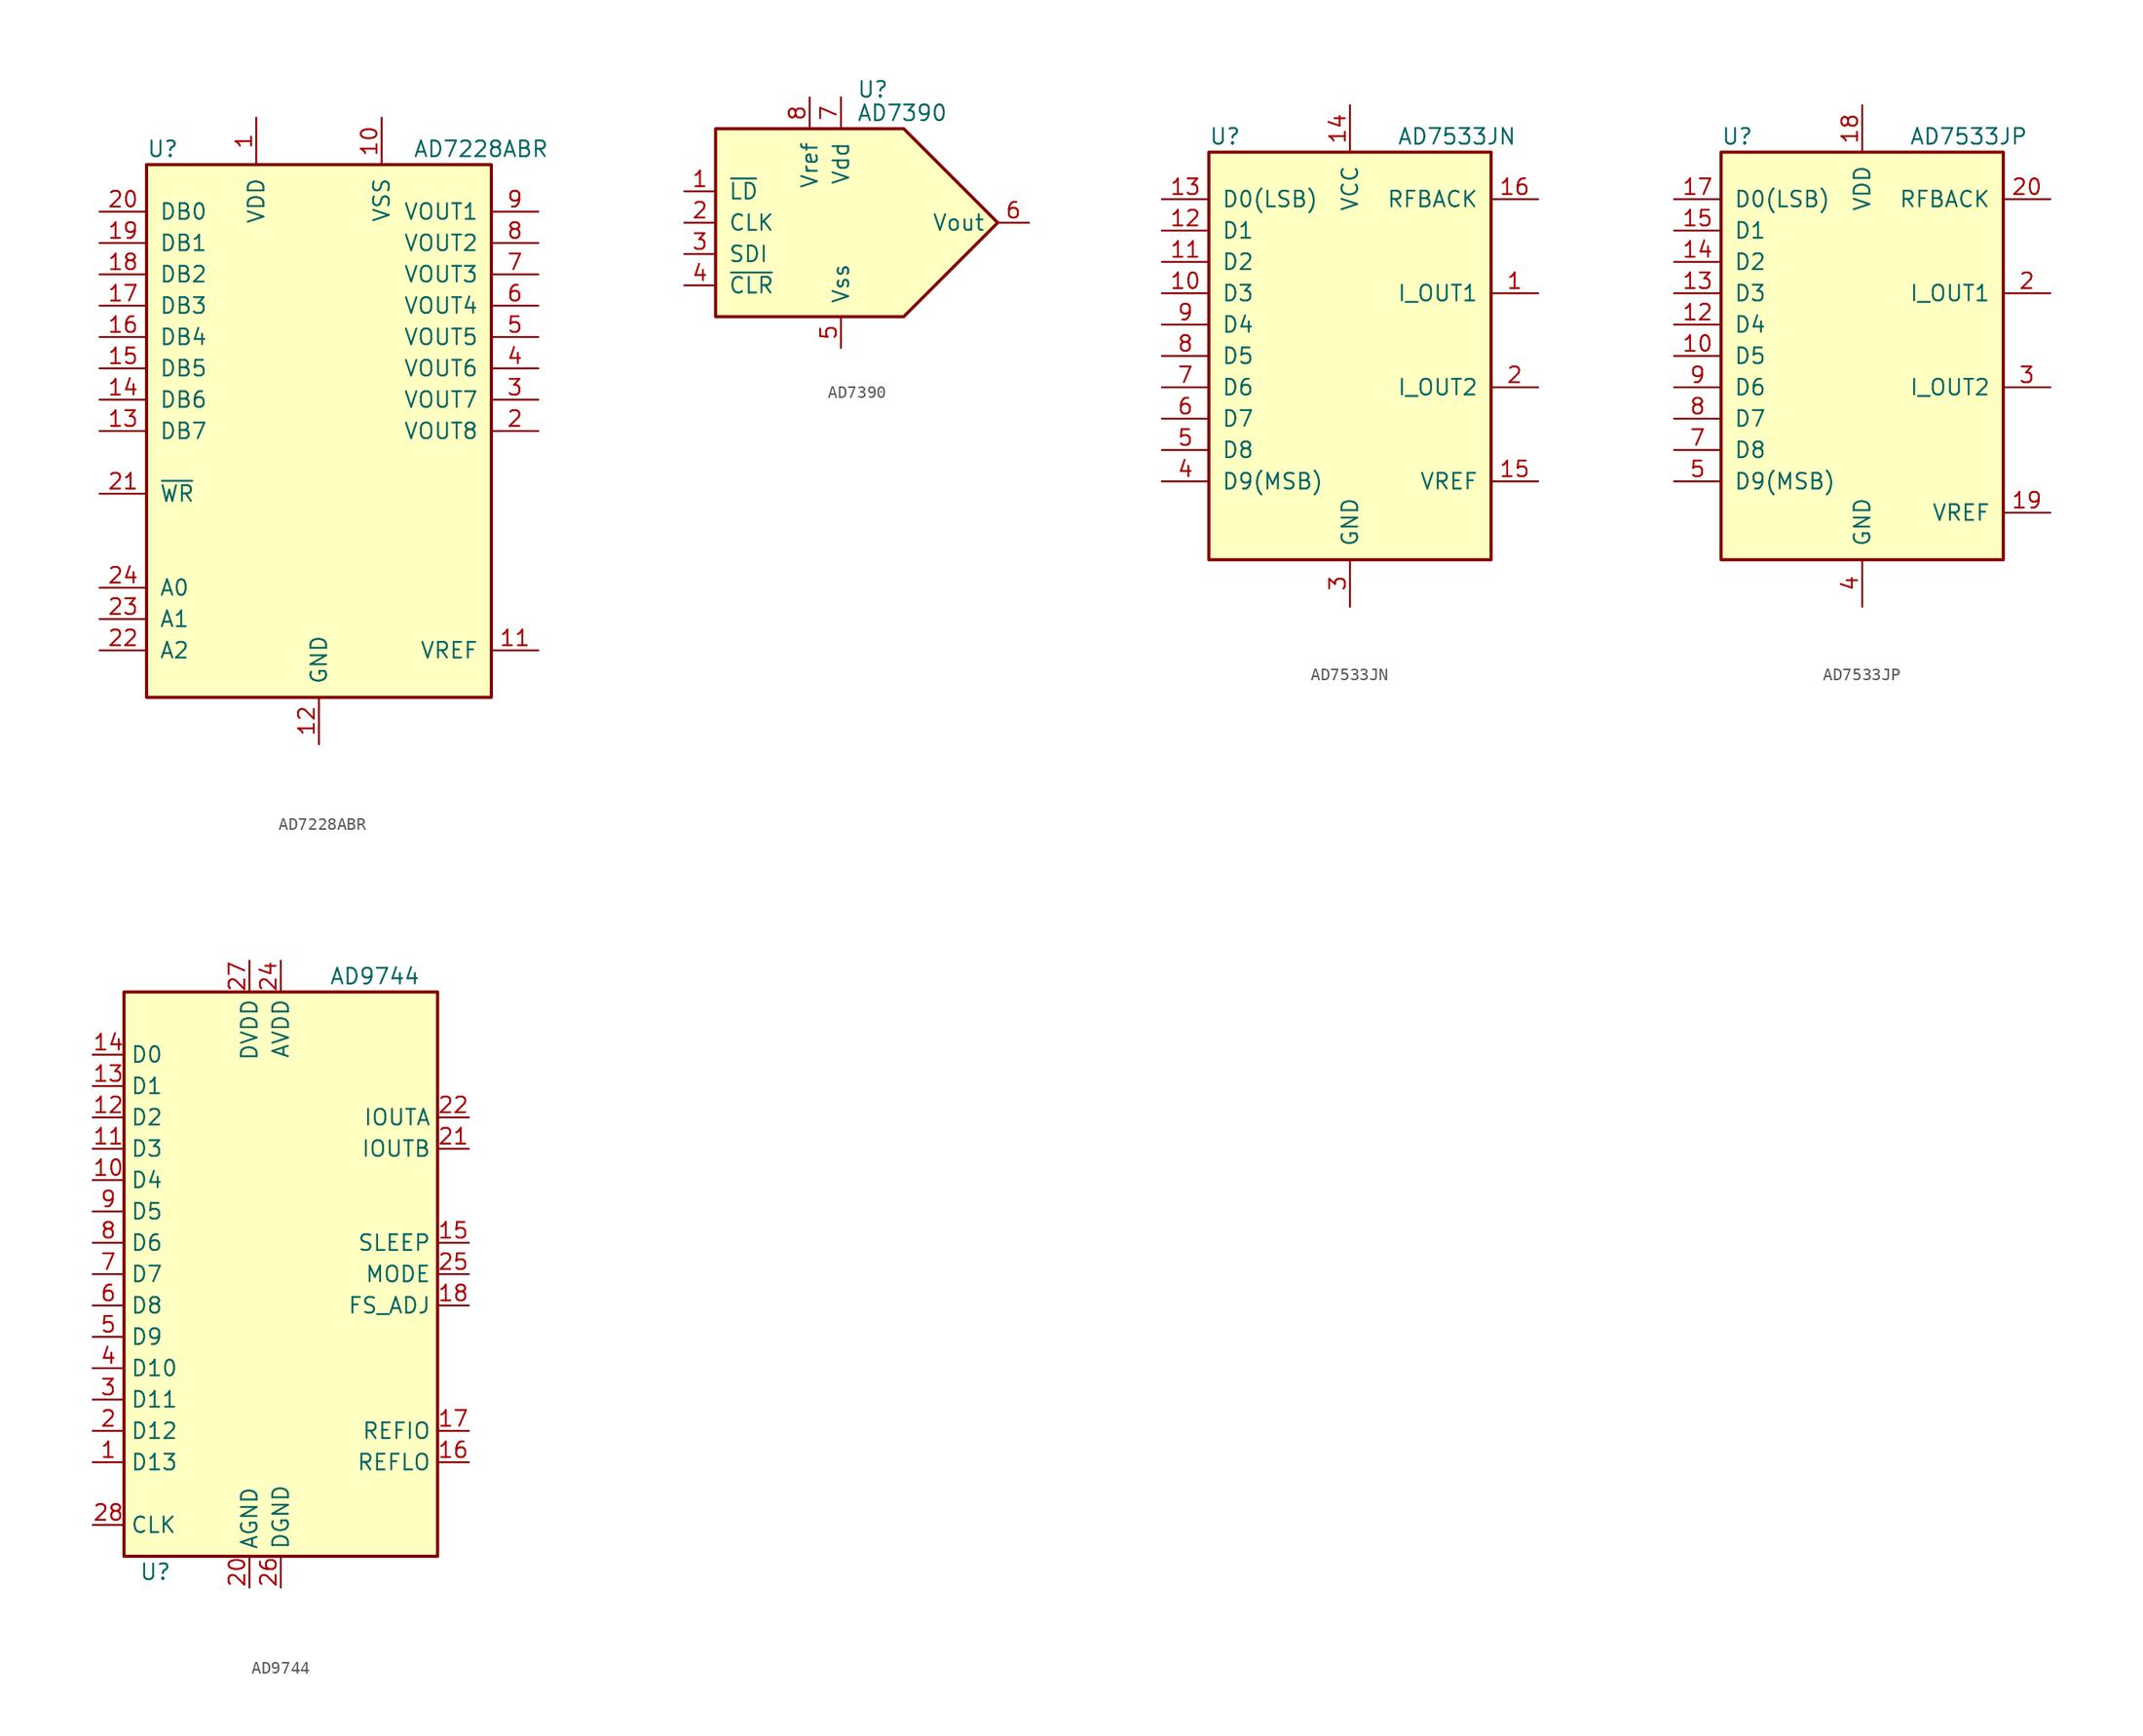
<source format=kicad_sym>
(kicad_symbol_lib
  (version 20201005)
  (generator kicad_symbol_editor)
  (symbol "AD7228ABR"
    (pin_names
      (offset 1.016))
    (property "Reference" "U"
      (at -13.97 22.86 0)
      (effects (font (size 1.27 1.27)) (justify left)))
    (property "Value" "AD7228ABR"
      (at 7.62 22.86 0)
      (effects (font (size 1.27 1.27)) (justify left)))
    (symbol "AD7228ABR_0_1"
      (rectangle (start -13.97 -21.59) (end 13.97 21.59) (stroke (width 0.254)) (fill (type background))))
    (symbol "AD7228ABR_1_1"
      (pin power_in line (at -5.08 25.4 270) (length 3.81) (name "VDD" (effects (font (size 1.27 1.27)))) (number "1" (effects (font (size 1.27 1.27)))))
      (pin power_in line (at 5.08 25.4 270) (length 3.81) (name "VSS" (effects (font (size 1.27 1.27)))) (number "10" (effects (font (size 1.27 1.27)))))
      (pin passive line (at 17.78 -17.78 180) (length 3.81) (name "VREF" (effects (font (size 1.27 1.27)))) (number "11" (effects (font (size 1.27 1.27)))))
      (pin power_in line (at 0 -25.4 90) (length 3.81) (name "GND" (effects (font (size 1.27 1.27)))) (number "12" (effects (font (size 1.27 1.27)))))
      (pin input line (at -17.78 0 0) (length 3.81) (name "DB7" (effects (font (size 1.27 1.27)))) (number "13" (effects (font (size 1.27 1.27)))))
      (pin input line (at -17.78 2.54 0) (length 3.81) (name "DB6" (effects (font (size 1.27 1.27)))) (number "14" (effects (font (size 1.27 1.27)))))
      (pin input line (at -17.78 5.08 0) (length 3.81) (name "DB5" (effects (font (size 1.27 1.27)))) (number "15" (effects (font (size 1.27 1.27)))))
      (pin input line (at -17.78 7.62 0) (length 3.81) (name "DB4" (effects (font (size 1.27 1.27)))) (number "16" (effects (font (size 1.27 1.27)))))
      (pin input line (at -17.78 10.16 0) (length 3.81) (name "DB3" (effects (font (size 1.27 1.27)))) (number "17" (effects (font (size 1.27 1.27)))))
      (pin input line (at -17.78 12.7 0) (length 3.81) (name "DB2" (effects (font (size 1.27 1.27)))) (number "18" (effects (font (size 1.27 1.27)))))
      (pin input line (at -17.78 15.24 0) (length 3.81) (name "DB1" (effects (font (size 1.27 1.27)))) (number "19" (effects (font (size 1.27 1.27)))))
      (pin output line (at 17.78 0 180) (length 3.81) (name "VOUT8" (effects (font (size 1.27 1.27)))) (number "2" (effects (font (size 1.27 1.27)))))
      (pin input line (at -17.78 17.78 0) (length 3.81) (name "DB0" (effects (font (size 1.27 1.27)))) (number "20" (effects (font (size 1.27 1.27)))))
      (pin input line (at -17.78 -5.08 0) (length 3.81) (name "~WR" (effects (font (size 1.27 1.27)))) (number "21" (effects (font (size 1.27 1.27)))))
      (pin input line (at -17.78 -17.78 0) (length 3.81) (name "A2" (effects (font (size 1.27 1.27)))) (number "22" (effects (font (size 1.27 1.27)))))
      (pin input line (at -17.78 -15.24 0) (length 3.81) (name "A1" (effects (font (size 1.27 1.27)))) (number "23" (effects (font (size 1.27 1.27)))))
      (pin input line (at -17.78 -12.7 0) (length 3.81) (name "A0" (effects (font (size 1.27 1.27)))) (number "24" (effects (font (size 1.27 1.27)))))
      (pin output line (at 17.78 2.54 180) (length 3.81) (name "VOUT7" (effects (font (size 1.27 1.27)))) (number "3" (effects (font (size 1.27 1.27)))))
      (pin output line (at 17.78 5.08 180) (length 3.81) (name "VOUT6" (effects (font (size 1.27 1.27)))) (number "4" (effects (font (size 1.27 1.27)))))
      (pin output line (at 17.78 7.62 180) (length 3.81) (name "VOUT5" (effects (font (size 1.27 1.27)))) (number "5" (effects (font (size 1.27 1.27)))))
      (pin output line (at 17.78 10.16 180) (length 3.81) (name "VOUT4" (effects (font (size 1.27 1.27)))) (number "6" (effects (font (size 1.27 1.27)))))
      (pin output line (at 17.78 12.7 180) (length 3.81) (name "VOUT3" (effects (font (size 1.27 1.27)))) (number "7" (effects (font (size 1.27 1.27)))))
      (pin output line (at 17.78 15.24 180) (length 3.81) (name "VOUT2" (effects (font (size 1.27 1.27)))) (number "8" (effects (font (size 1.27 1.27)))))
      (pin output line (at 17.78 17.78 180) (length 3.81) (name "VOUT1" (effects (font (size 1.27 1.27)))) (number "9" (effects (font (size 1.27 1.27)))))))
  (symbol "AD7390"
    (pin_names
      (offset 1.016))
    (property "Reference" "U"
      (at 1.27 10.795 0)
      (effects (font (size 1.27 1.27)) (justify left)))
    (property "Value" "AD7390"
      (at 1.27 8.89 0)
      (effects (font (size 1.27 1.27)) (justify left)))
    (symbol "AD7390_0_0"
      (polyline (pts (xy 12.7 0) (xy 5.08 7.62) (xy -10.16 7.62) (xy -10.16 -7.62) (xy 5.08 -7.62) (xy 12.7 0)) (stroke (width 0.254)) (fill (type background))))
    (symbol "AD7390_1_1"
      (pin input line (at -12.7 2.54 0) (length 2.54) (name "~LD" (effects (font (size 1.27 1.27)))) (number "1" (effects (font (size 1.27 1.27)))))
      (pin input line (at -12.7 0 0) (length 2.54) (name "CLK" (effects (font (size 1.27 1.27)))) (number "2" (effects (font (size 1.27 1.27)))))
      (pin input line (at -12.7 -2.54 0) (length 2.54) (name "SDI" (effects (font (size 1.27 1.27)))) (number "3" (effects (font (size 1.27 1.27)))))
      (pin input line (at -12.7 -5.08 0) (length 2.54) (name "~CLR" (effects (font (size 1.27 1.27)))) (number "4" (effects (font (size 1.27 1.27)))))
      (pin power_in line (at 0 -10.16 90) (length 2.54) (name "Vss" (effects (font (size 1.27 1.27)))) (number "5" (effects (font (size 1.27 1.27)))))
      (pin output line (at 15.24 0 180) (length 2.54) (name "Vout" (effects (font (size 1.27 1.27)))) (number "6" (effects (font (size 1.27 1.27)))))
      (pin power_in line (at 0 10.16 270) (length 2.54) (name "Vdd" (effects (font (size 1.27 1.27)))) (number "7" (effects (font (size 1.27 1.27)))))
      (pin input line (at -2.54 10.16 270) (length 2.54) (name "Vref" (effects (font (size 1.27 1.27)))) (number "8" (effects (font (size 1.27 1.27)))))))
  (symbol "AD7533JN"
    (pin_names
      (offset 1.016))
    (property "Reference" "U"
      (at -11.43 17.78 0)
      (effects (font (size 1.27 1.27)) (justify left)))
    (property "Value" "AD7533JN"
      (at 3.81 17.78 0)
      (effects (font (size 1.27 1.27)) (justify left)))
    (symbol "AD7533JN_0_1"
      (rectangle (start -11.43 -16.51) (end 11.43 16.51) (stroke (width 0.254)) (fill (type background))))
    (symbol "AD7533JN_1_1"
      (pin passive line (at 15.24 5.08 180) (length 3.81) (name "I_OUT1" (effects (font (size 1.27 1.27)))) (number "1" (effects (font (size 1.27 1.27)))))
      (pin input line (at -15.24 5.08 0) (length 3.81) (name "D3" (effects (font (size 1.27 1.27)))) (number "10" (effects (font (size 1.27 1.27)))))
      (pin input line (at -15.24 7.62 0) (length 3.81) (name "D2" (effects (font (size 1.27 1.27)))) (number "11" (effects (font (size 1.27 1.27)))))
      (pin input line (at -15.24 10.16 0) (length 3.81) (name "D1" (effects (font (size 1.27 1.27)))) (number "12" (effects (font (size 1.27 1.27)))))
      (pin input line (at -15.24 12.7 0) (length 3.81) (name "D0(LSB)" (effects (font (size 1.27 1.27)))) (number "13" (effects (font (size 1.27 1.27)))))
      (pin power_in line (at 0 20.32 270) (length 3.81) (name "VCC" (effects (font (size 1.27 1.27)))) (number "14" (effects (font (size 1.27 1.27)))))
      (pin passive line (at 15.24 -10.16 180) (length 3.81) (name "VREF" (effects (font (size 1.27 1.27)))) (number "15" (effects (font (size 1.27 1.27)))))
      (pin passive line (at 15.24 12.7 180) (length 3.81) (name "RFBACK" (effects (font (size 1.27 1.27)))) (number "16" (effects (font (size 1.27 1.27)))))
      (pin passive line (at 15.24 -2.54 180) (length 3.81) (name "I_OUT2" (effects (font (size 1.27 1.27)))) (number "2" (effects (font (size 1.27 1.27)))))
      (pin power_in line (at 0 -20.32 90) (length 3.81) (name "GND" (effects (font (size 1.27 1.27)))) (number "3" (effects (font (size 1.27 1.27)))))
      (pin input line (at -15.24 -10.16 0) (length 3.81) (name "D9(MSB)" (effects (font (size 1.27 1.27)))) (number "4" (effects (font (size 1.27 1.27)))))
      (pin input line (at -15.24 -7.62 0) (length 3.81) (name "D8" (effects (font (size 1.27 1.27)))) (number "5" (effects (font (size 1.27 1.27)))))
      (pin input line (at -15.24 -5.08 0) (length 3.81) (name "D7" (effects (font (size 1.27 1.27)))) (number "6" (effects (font (size 1.27 1.27)))))
      (pin input line (at -15.24 -2.54 0) (length 3.81) (name "D6" (effects (font (size 1.27 1.27)))) (number "7" (effects (font (size 1.27 1.27)))))
      (pin input line (at -15.24 0 0) (length 3.81) (name "D5" (effects (font (size 1.27 1.27)))) (number "8" (effects (font (size 1.27 1.27)))))
      (pin input line (at -15.24 2.54 0) (length 3.81) (name "D4" (effects (font (size 1.27 1.27)))) (number "9" (effects (font (size 1.27 1.27)))))))
  (symbol "AD7533JP"
    (pin_names
      (offset 1.016))
    (property "Reference" "U"
      (at -11.43 17.78 0)
      (effects (font (size 1.27 1.27)) (justify left)))
    (property "Value" "AD7533JP"
      (at 3.81 17.78 0)
      (effects (font (size 1.27 1.27)) (justify left)))
    (symbol "AD7533JP_0_1"
      (rectangle (start -11.43 -16.51) (end 11.43 16.51) (stroke (width 0.254)) (fill (type background))))
    (symbol "AD7533JP_1_1"
      (pin input line (at -15.24 0 0) (length 3.81) (name "D5" (effects (font (size 1.27 1.27)))) (number "10" (effects (font (size 1.27 1.27)))))
      (pin input line (at -15.24 2.54 0) (length 3.81) (name "D4" (effects (font (size 1.27 1.27)))) (number "12" (effects (font (size 1.27 1.27)))))
      (pin input line (at -15.24 5.08 0) (length 3.81) (name "D3" (effects (font (size 1.27 1.27)))) (number "13" (effects (font (size 1.27 1.27)))))
      (pin input line (at -15.24 7.62 0) (length 3.81) (name "D2" (effects (font (size 1.27 1.27)))) (number "14" (effects (font (size 1.27 1.27)))))
      (pin input line (at -15.24 10.16 0) (length 3.81) (name "D1" (effects (font (size 1.27 1.27)))) (number "15" (effects (font (size 1.27 1.27)))))
      (pin input line (at -15.24 12.7 0) (length 3.81) (name "D0(LSB)" (effects (font (size 1.27 1.27)))) (number "17" (effects (font (size 1.27 1.27)))))
      (pin power_in line (at 0 20.32 270) (length 3.81) (name "VDD" (effects (font (size 1.27 1.27)))) (number "18" (effects (font (size 1.27 1.27)))))
      (pin passive line (at 15.24 -12.7 180) (length 3.81) (name "VREF" (effects (font (size 1.27 1.27)))) (number "19" (effects (font (size 1.27 1.27)))))
      (pin passive line (at 15.24 5.08 180) (length 3.81) (name "I_OUT1" (effects (font (size 1.27 1.27)))) (number "2" (effects (font (size 1.27 1.27)))))
      (pin passive line (at 15.24 12.7 180) (length 3.81) (name "RFBACK" (effects (font (size 1.27 1.27)))) (number "20" (effects (font (size 1.27 1.27)))))
      (pin passive line (at 15.24 -2.54 180) (length 3.81) (name "I_OUT2" (effects (font (size 1.27 1.27)))) (number "3" (effects (font (size 1.27 1.27)))))
      (pin power_in line (at 0 -20.32 90) (length 3.81) (name "GND" (effects (font (size 1.27 1.27)))) (number "4" (effects (font (size 1.27 1.27)))))
      (pin input line (at -15.24 -10.16 0) (length 3.81) (name "D9(MSB)" (effects (font (size 1.27 1.27)))) (number "5" (effects (font (size 1.27 1.27)))))
      (pin input line (at -15.24 -7.62 0) (length 3.81) (name "D8" (effects (font (size 1.27 1.27)))) (number "7" (effects (font (size 1.27 1.27)))))
      (pin input line (at -15.24 -5.08 0) (length 3.81) (name "D7" (effects (font (size 1.27 1.27)))) (number "8" (effects (font (size 1.27 1.27)))))
      (pin input line (at -15.24 -2.54 0) (length 3.81) (name "D6" (effects (font (size 1.27 1.27)))) (number "9" (effects (font (size 1.27 1.27)))))))
  (symbol "AD9744"
    (property "Reference" "U"
      (at -10.16 -24.13 0)
      (effects (font (size 1.27 1.27))))
    (property "Value" "AD9744"
      (at 7.62 24.13 0)
      (effects (font (size 1.27 1.27))))
    (symbol "AD9744_0_1"
      (rectangle (start 12.7 22.86) (end -12.7 -22.86) (stroke (width 0.254)) (fill (type background))))
    (symbol "AD9744_1_1"
      (pin input line (at -15.24 -15.24 0) (length 2.54) (name "D13" (effects (font (size 1.27 1.27)))) (number "1" (effects (font (size 1.27 1.27)))))
      (pin input line (at -15.24 7.62 0) (length 2.54) (name "D4" (effects (font (size 1.27 1.27)))) (number "10" (effects (font (size 1.27 1.27)))))
      (pin input line (at -15.24 10.16 0) (length 2.54) (name "D3" (effects (font (size 1.27 1.27)))) (number "11" (effects (font (size 1.27 1.27)))))
      (pin input line (at -15.24 12.7 0) (length 2.54) (name "D2" (effects (font (size 1.27 1.27)))) (number "12" (effects (font (size 1.27 1.27)))))
      (pin input line (at -15.24 15.24 0) (length 2.54) (name "D1" (effects (font (size 1.27 1.27)))) (number "13" (effects (font (size 1.27 1.27)))))
      (pin input line (at -15.24 17.78 0) (length 2.54) (name "D0" (effects (font (size 1.27 1.27)))) (number "14" (effects (font (size 1.27 1.27)))))
      (pin input line (at 15.24 2.54 180) (length 2.54) (name "SLEEP" (effects (font (size 1.27 1.27)))) (number "15" (effects (font (size 1.27 1.27)))))
      (pin input line (at 15.24 -15.24 180) (length 2.54) (name "REFLO" (effects (font (size 1.27 1.27)))) (number "16" (effects (font (size 1.27 1.27)))))
      (pin input line (at 15.24 -12.7 180) (length 2.54) (name "REFIO" (effects (font (size 1.27 1.27)))) (number "17" (effects (font (size 1.27 1.27)))))
      (pin input line (at 15.24 -2.54 180) (length 2.54) (name "FS_ADJ" (effects (font (size 1.27 1.27)))) (number "18" (effects (font (size 1.27 1.27)))))
      (pin input line (at -15.24 -12.7 0) (length 2.54) (name "D12" (effects (font (size 1.27 1.27)))) (number "2" (effects (font (size 1.27 1.27)))))
      (pin power_in line (at -2.54 -25.4 90) (length 2.54) (name "AGND" (effects (font (size 1.27 1.27)))) (number "20" (effects (font (size 1.27 1.27)))))
      (pin output line (at 15.24 10.16 180) (length 2.54) (name "IOUTB" (effects (font (size 1.27 1.27)))) (number "21" (effects (font (size 1.27 1.27)))))
      (pin output line (at 15.24 12.7 180) (length 2.54) (name "IOUTA" (effects (font (size 1.27 1.27)))) (number "22" (effects (font (size 1.27 1.27)))))
      (pin power_in line (at 0 25.4 270) (length 2.54) (name "AVDD" (effects (font (size 1.27 1.27)))) (number "24" (effects (font (size 1.27 1.27)))))
      (pin input line (at 15.24 0 180) (length 2.54) (name "MODE" (effects (font (size 1.27 1.27)))) (number "25" (effects (font (size 1.27 1.27)))))
      (pin power_in line (at 0 -25.4 90) (length 2.54) (name "DGND" (effects (font (size 1.27 1.27)))) (number "26" (effects (font (size 1.27 1.27)))))
      (pin power_in line (at -2.54 25.4 270) (length 2.54) (name "DVDD" (effects (font (size 1.27 1.27)))) (number "27" (effects (font (size 1.27 1.27)))))
      (pin input line (at -15.24 -20.32 0) (length 2.54) (name "CLK" (effects (font (size 1.27 1.27)))) (number "28" (effects (font (size 1.27 1.27)))))
      (pin input line (at -15.24 -10.16 0) (length 2.54) (name "D11" (effects (font (size 1.27 1.27)))) (number "3" (effects (font (size 1.27 1.27)))))
      (pin input line (at -15.24 -7.62 0) (length 2.54) (name "D10" (effects (font (size 1.27 1.27)))) (number "4" (effects (font (size 1.27 1.27)))))
      (pin input line (at -15.24 -5.08 0) (length 2.54) (name "D9" (effects (font (size 1.27 1.27)))) (number "5" (effects (font (size 1.27 1.27)))))
      (pin input line (at -15.24 -2.54 0) (length 2.54) (name "D8" (effects (font (size 1.27 1.27)))) (number "6" (effects (font (size 1.27 1.27)))))
      (pin input line (at -15.24 0 0) (length 2.54) (name "D7" (effects (font (size 1.27 1.27)))) (number "7" (effects (font (size 1.27 1.27)))))
      (pin input line (at -15.24 2.54 0) (length 2.54) (name "D6" (effects (font (size 1.27 1.27)))) (number "8" (effects (font (size 1.27 1.27)))))
      (pin input line (at -15.24 5.08 0) (length 2.54) (name "D5" (effects (font (size 1.27 1.27)))) (number "9" (effects (font (size 1.27 1.27))))))))
</source>
